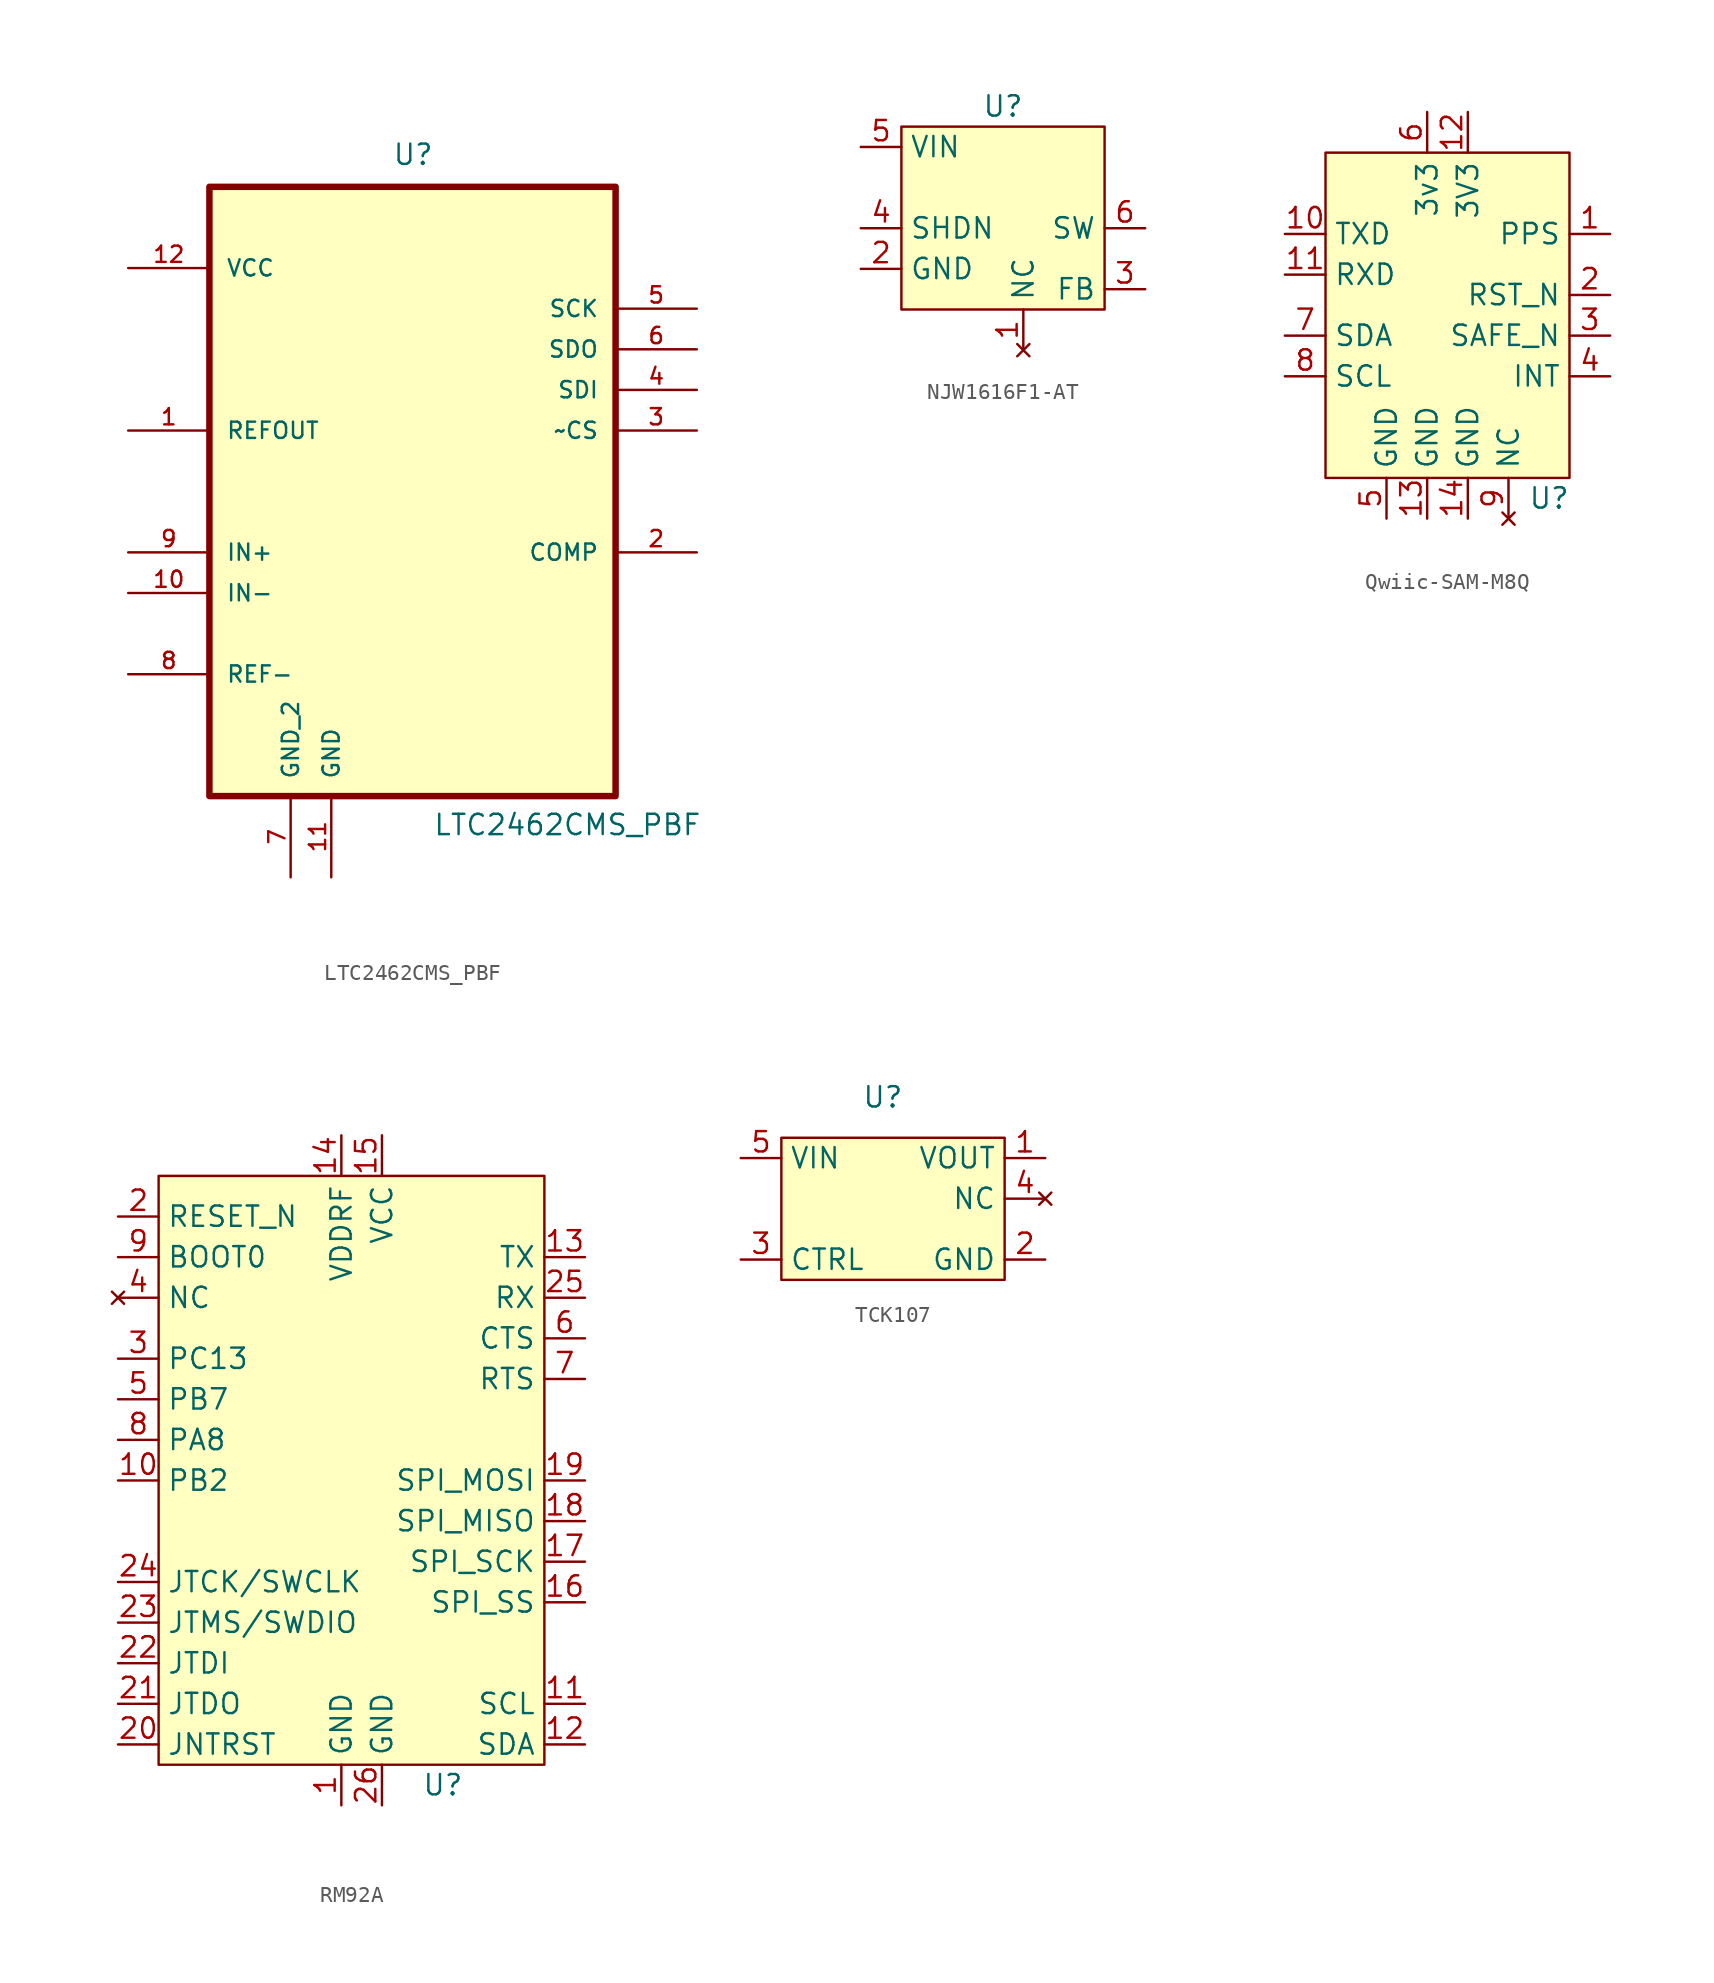
<source format=kicad_sym>
(kicad_symbol_lib
  (version 20220914)
  (generator kicad_symbol_editor)
  (symbol "LTC2462CMS_PBF"
    (pin_names
      (offset 1.016))
    (property "Reference" "U"
      (at -1.27 16.51 0)
      (effects (font (size 1.27 1.27)) (justify left bottom)))
    (property "Value" "LTC2462CMS_PBF"
      (at 1.27 -25.4 0)
      (effects (font (size 1.27 1.27)) (justify left bottom)))
    (symbol "LTC2462CMS_PBF_0_0"
      (rectangle (start -12.7 15.24) (end 12.7 -22.86) (stroke (width 0.406) (type default)) (fill (type background)))
      (pin output line (at -17.78 0 0) (length 5.08) (name "REFOUT" (effects (font (size 1.016 1.016)))) (number "1" (effects (font (size 1.016 1.016)))))
      (pin input line (at -17.78 -10.16 0) (length 5.08) (name "IN-" (effects (font (size 1.016 1.016)))) (number "10" (effects (font (size 1.016 1.016)))))
      (pin passive line (at -5.08 -27.94 90) (length 5.08) (name "GND" (effects (font (size 1.016 1.016)))) (number "11" (effects (font (size 1.016 1.016)))))
      (pin power_in line (at -17.78 10.16 0) (length 5.08) (name "VCC" (effects (font (size 1.016 1.016)))) (number "12" (effects (font (size 1.016 1.016)))))
      (pin passive line (at 17.78 -7.62 180) (length 5.08) (name "COMP" (effects (font (size 1.016 1.016)))) (number "2" (effects (font (size 1.016 1.016)))))
      (pin input line (at 17.78 0 180) (length 5.08) (name "~CS" (effects (font (size 1.016 1.016)))) (number "3" (effects (font (size 1.016 1.016)))))
      (pin input line (at 17.78 2.54 180) (length 5.08) (name "SDI" (effects (font (size 1.016 1.016)))) (number "4" (effects (font (size 1.016 1.016)))))
      (pin input line (at 17.78 7.62 180) (length 5.08) (name "SCK" (effects (font (size 1.016 1.016)))) (number "5" (effects (font (size 1.016 1.016)))))
      (pin output line (at 17.78 5.08 180) (length 5.08) (name "SDO" (effects (font (size 1.016 1.016)))) (number "6" (effects (font (size 1.016 1.016)))))
      (pin passive line (at -7.62 -27.94 90) (length 5.08) (name "GND_2" (effects (font (size 1.016 1.016)))) (number "7" (effects (font (size 1.016 1.016)))))
      (pin input line (at -17.78 -15.24 0) (length 5.08) (name "REF-" (effects (font (size 1.016 1.016)))) (number "8" (effects (font (size 1.016 1.016)))))
      (pin input line (at -17.78 -7.62 0) (length 5.08) (name "IN+" (effects (font (size 1.016 1.016)))) (number "9" (effects (font (size 1.016 1.016)))))))
  (symbol "NJW1616F1-AT"
    (property "Reference" "U"
      (at 0 8.89 0)
      (effects (font (size 1.27 1.27))))
    (property "Value" ""
      (at -1.27 1.27 0)
      (effects (font (size 1.27 1.27))))
    (symbol "NJW1616F1-AT_1_1"
      (rectangle (start -6.35 7.62) (end 6.35 -3.81) (stroke (width 0) (type default)) (fill (type background)))
      (pin no_connect line (at 1.27 -6.35 90) (length 2.54) (name "NC" (effects (font (size 1.27 1.27)))) (number "1" (effects (font (size 1.27 1.27)))))
      (pin passive line (at -8.89 -1.27 0) (length 2.54) (name "GND" (effects (font (size 1.27 1.27)))) (number "2" (effects (font (size 1.27 1.27)))))
      (pin input line (at 8.89 -2.54 180) (length 2.54) (name "FB" (effects (font (size 1.27 1.27)))) (number "3" (effects (font (size 1.27 1.27)))))
      (pin input line (at -8.89 1.27 0) (length 2.54) (name "SHDN" (effects (font (size 1.27 1.27)))) (number "4" (effects (font (size 1.27 1.27)))))
      (pin power_in line (at -8.89 6.35 0) (length 2.54) (name "VIN" (effects (font (size 1.27 1.27)))) (number "5" (effects (font (size 1.27 1.27)))))
      (pin power_out line (at 8.89 1.27 180) (length 2.54) (name "SW" (effects (font (size 1.27 1.27)))) (number "6" (effects (font (size 1.27 1.27)))))))
  (symbol "Qwiic-SAM-M8Q"
    (property "Reference" "U"
      (at 7.62 -11.43 0)
      (effects (font (size 1.27 1.27))))
    (property "Value" ""
      (at -5.08 -2.54 0)
      (effects (font (size 1.27 1.27))))
    (symbol "Qwiic-SAM-M8Q_1_1"
      (rectangle (start -6.35 10.16) (end 8.89 -10.16) (stroke (width 0) (type default)) (fill (type background)))
      (pin output line (at 11.43 5.08 180) (length 2.54) (name "PPS" (effects (font (size 1.27 1.27)))) (number "1" (effects (font (size 1.27 1.27)))))
      (pin output line (at -8.89 5.08 0) (length 2.54) (name "TXD" (effects (font (size 1.27 1.27)))) (number "10" (effects (font (size 1.27 1.27)))))
      (pin input line (at -8.89 2.54 0) (length 2.54) (name "RXD" (effects (font (size 1.27 1.27)))) (number "11" (effects (font (size 1.27 1.27)))))
      (pin power_in line (at 2.54 12.7 270) (length 2.54) (name "3V3" (effects (font (size 1.27 1.27)))) (number "12" (effects (font (size 1.27 1.27)))))
      (pin passive line (at 0 -12.7 90) (length 2.54) (name "GND" (effects (font (size 1.27 1.27)))) (number "13" (effects (font (size 1.27 1.27)))))
      (pin passive line (at 2.54 -12.7 90) (length 2.54) (name "GND" (effects (font (size 1.27 1.27)))) (number "14" (effects (font (size 1.27 1.27)))))
      (pin input line (at 11.43 1.27 180) (length 2.54) (name "RST_N" (effects (font (size 1.27 1.27)))) (number "2" (effects (font (size 1.27 1.27)))))
      (pin input line (at 11.43 -1.27 180) (length 2.54) (name "SAFE_N" (effects (font (size 1.27 1.27)))) (number "3" (effects (font (size 1.27 1.27)))))
      (pin input line (at 11.43 -3.81 180) (length 2.54) (name "INT" (effects (font (size 1.27 1.27)))) (number "4" (effects (font (size 1.27 1.27)))))
      (pin passive line (at -2.54 -12.7 90) (length 2.54) (name "GND" (effects (font (size 1.27 1.27)))) (number "5" (effects (font (size 1.27 1.27)))))
      (pin power_in line (at 0 12.7 270) (length 2.54) (name "3v3" (effects (font (size 1.27 1.27)))) (number "6" (effects (font (size 1.27 1.27)))))
      (pin bidirectional line (at -8.89 -1.27 0) (length 2.54) (name "SDA" (effects (font (size 1.27 1.27)))) (number "7" (effects (font (size 1.27 1.27)))))
      (pin bidirectional line (at -8.89 -3.81 0) (length 2.54) (name "SCL" (effects (font (size 1.27 1.27)))) (number "8" (effects (font (size 1.27 1.27)))))
      (pin no_connect line (at 5.08 -12.7 90) (length 2.54) (name "NC" (effects (font (size 1.27 1.27)))) (number "9" (effects (font (size 1.27 1.27)))))))
  (symbol "RM92A"
    (property "Reference" "U"
      (at 6.35 -19.05 0)
      (effects (font (size 1.27 1.27))))
    (property "Value" ""
      (at -13.97 19.05 0)
      (effects (font (size 1.27 1.27))))
    (symbol "RM92A_0_0"
      (pin passive line (at 0 -20.32 90) (length 2.54) (name "GND" (effects (font (size 1.27 1.27)))) (number "1" (effects (font (size 1.27 1.27)))))
      (pin bidirectional line (at -13.97 0 0) (length 2.54) (name "PB2" (effects (font (size 1.27 1.27)))) (number "10" (effects (font (size 1.27 1.27)))))
      (pin output line (at 15.24 -13.97 180) (length 2.54) (name "SCL" (effects (font (size 1.27 1.27)))) (number "11" (effects (font (size 1.27 1.27)))))
      (pin output line (at 15.24 -16.51 180) (length 2.54) (name "SDA" (effects (font (size 1.27 1.27)))) (number "12" (effects (font (size 1.27 1.27)))))
      (pin output line (at 15.24 13.97 180) (length 2.54) (name "TX" (effects (font (size 1.27 1.27)))) (number "13" (effects (font (size 1.27 1.27)))))
      (pin power_in line (at 0 21.59 270) (length 2.54) (name "VDDRF" (effects (font (size 1.27 1.27)))) (number "14" (effects (font (size 1.27 1.27)))))
      (pin power_in line (at 2.54 21.59 270) (length 2.54) (name "VCC" (effects (font (size 1.27 1.27)))) (number "15" (effects (font (size 1.27 1.27)))))
      (pin output line (at 15.24 -7.62 180) (length 2.54) (name "SPI_SS" (effects (font (size 1.27 1.27)))) (number "16" (effects (font (size 1.27 1.27)))))
      (pin output line (at 15.24 -5.08 180) (length 2.54) (name "SPI_SCK" (effects (font (size 1.27 1.27)))) (number "17" (effects (font (size 1.27 1.27)))))
      (pin input line (at 15.24 -2.54 180) (length 2.54) (name "SPI_MISO" (effects (font (size 1.27 1.27)))) (number "18" (effects (font (size 1.27 1.27)))))
      (pin output line (at 15.24 0 180) (length 2.54) (name "SPI_MOSI" (effects (font (size 1.27 1.27)))) (number "19" (effects (font (size 1.27 1.27)))))
      (pin input line (at -13.97 16.51 0) (length 2.54) (name "RESET_N" (effects (font (size 1.27 1.27)))) (number "2" (effects (font (size 1.27 1.27)))))
      (pin input line (at -13.97 -16.51 0) (length 2.54) (name "JNTRST" (effects (font (size 1.27 1.27)))) (number "20" (effects (font (size 1.27 1.27)))))
      (pin output line (at -13.97 -13.97 0) (length 2.54) (name "JTDO" (effects (font (size 1.27 1.27)))) (number "21" (effects (font (size 1.27 1.27)))))
      (pin input line (at -13.97 -11.43 0) (length 2.54) (name "JTDI" (effects (font (size 1.27 1.27)))) (number "22" (effects (font (size 1.27 1.27)))))
      (pin bidirectional line (at -13.97 -8.89 0) (length 2.54) (name "JTMS/SWDIO" (effects (font (size 1.27 1.27)))) (number "23" (effects (font (size 1.27 1.27)))))
      (pin bidirectional line (at -13.97 -6.35 0) (length 2.54) (name "JTCK/SWCLK" (effects (font (size 1.27 1.27)))) (number "24" (effects (font (size 1.27 1.27)))))
      (pin input line (at 15.24 11.43 180) (length 2.54) (name "RX" (effects (font (size 1.27 1.27)))) (number "25" (effects (font (size 1.27 1.27)))))
      (pin passive line (at 2.54 -20.32 90) (length 2.54) (name "GND" (effects (font (size 1.27 1.27)))) (number "26" (effects (font (size 1.27 1.27)))))
      (pin bidirectional line (at -13.97 7.62 0) (length 2.54) (name "PC13" (effects (font (size 1.27 1.27)))) (number "3" (effects (font (size 1.27 1.27)))))
      (pin no_connect line (at -13.97 11.43 0) (length 2.54) (name "NC" (effects (font (size 1.27 1.27)))) (number "4" (effects (font (size 1.27 1.27)))))
      (pin bidirectional line (at -13.97 5.08 0) (length 2.54) (name "PB7" (effects (font (size 1.27 1.27)))) (number "5" (effects (font (size 1.27 1.27)))))
      (pin output line (at 15.24 8.89 180) (length 2.54) (name "CTS" (effects (font (size 1.27 1.27)))) (number "6" (effects (font (size 1.27 1.27)))))
      (pin input line (at 15.24 6.35 180) (length 2.54) (name "RTS" (effects (font (size 1.27 1.27)))) (number "7" (effects (font (size 1.27 1.27)))))
      (pin bidirectional line (at -13.97 2.54 0) (length 2.54) (name "PA8" (effects (font (size 1.27 1.27)))) (number "8" (effects (font (size 1.27 1.27)))))
      (pin passive line (at -13.97 13.97 0) (length 2.54) (name "BOOT0" (effects (font (size 1.27 1.27)))) (number "9" (effects (font (size 1.27 1.27))))))
    (symbol "RM92A_1_1"
      (rectangle (start -11.43 19.05) (end 12.7 -17.78) (stroke (width 0) (type default)) (fill (type background)))))
  (symbol "TCK107"
    (property "Reference" "U"
      (at 0 7.62 0)
      (effects (font (size 1.27 1.27))))
    (property "Value" ""
      (at 0 0 0)
      (effects (font (size 1.27 1.27))))
    (symbol "TCK107_1_1"
      (rectangle (start -6.35 5.08) (end 7.62 -3.81) (stroke (width 0) (type default)) (fill (type background)))
      (pin power_out line (at 10.16 3.81 180) (length 2.54) (name "VOUT" (effects (font (size 1.27 1.27)))) (number "1" (effects (font (size 1.27 1.27)))))
      (pin passive line (at 10.16 -2.54 180) (length 2.54) (name "GND" (effects (font (size 1.27 1.27)))) (number "2" (effects (font (size 1.27 1.27)))))
      (pin input line (at -8.89 -2.54 0) (length 2.54) (name "CTRL" (effects (font (size 1.27 1.27)))) (number "3" (effects (font (size 1.27 1.27)))))
      (pin no_connect line (at 10.16 1.27 180) (length 2.54) (name "NC" (effects (font (size 1.27 1.27)))) (number "4" (effects (font (size 1.27 1.27)))))
      (pin power_in line (at -8.89 3.81 0) (length 2.54) (name "VIN" (effects (font (size 1.27 1.27)))) (number "5" (effects (font (size 1.27 1.27))))))))
</source>
